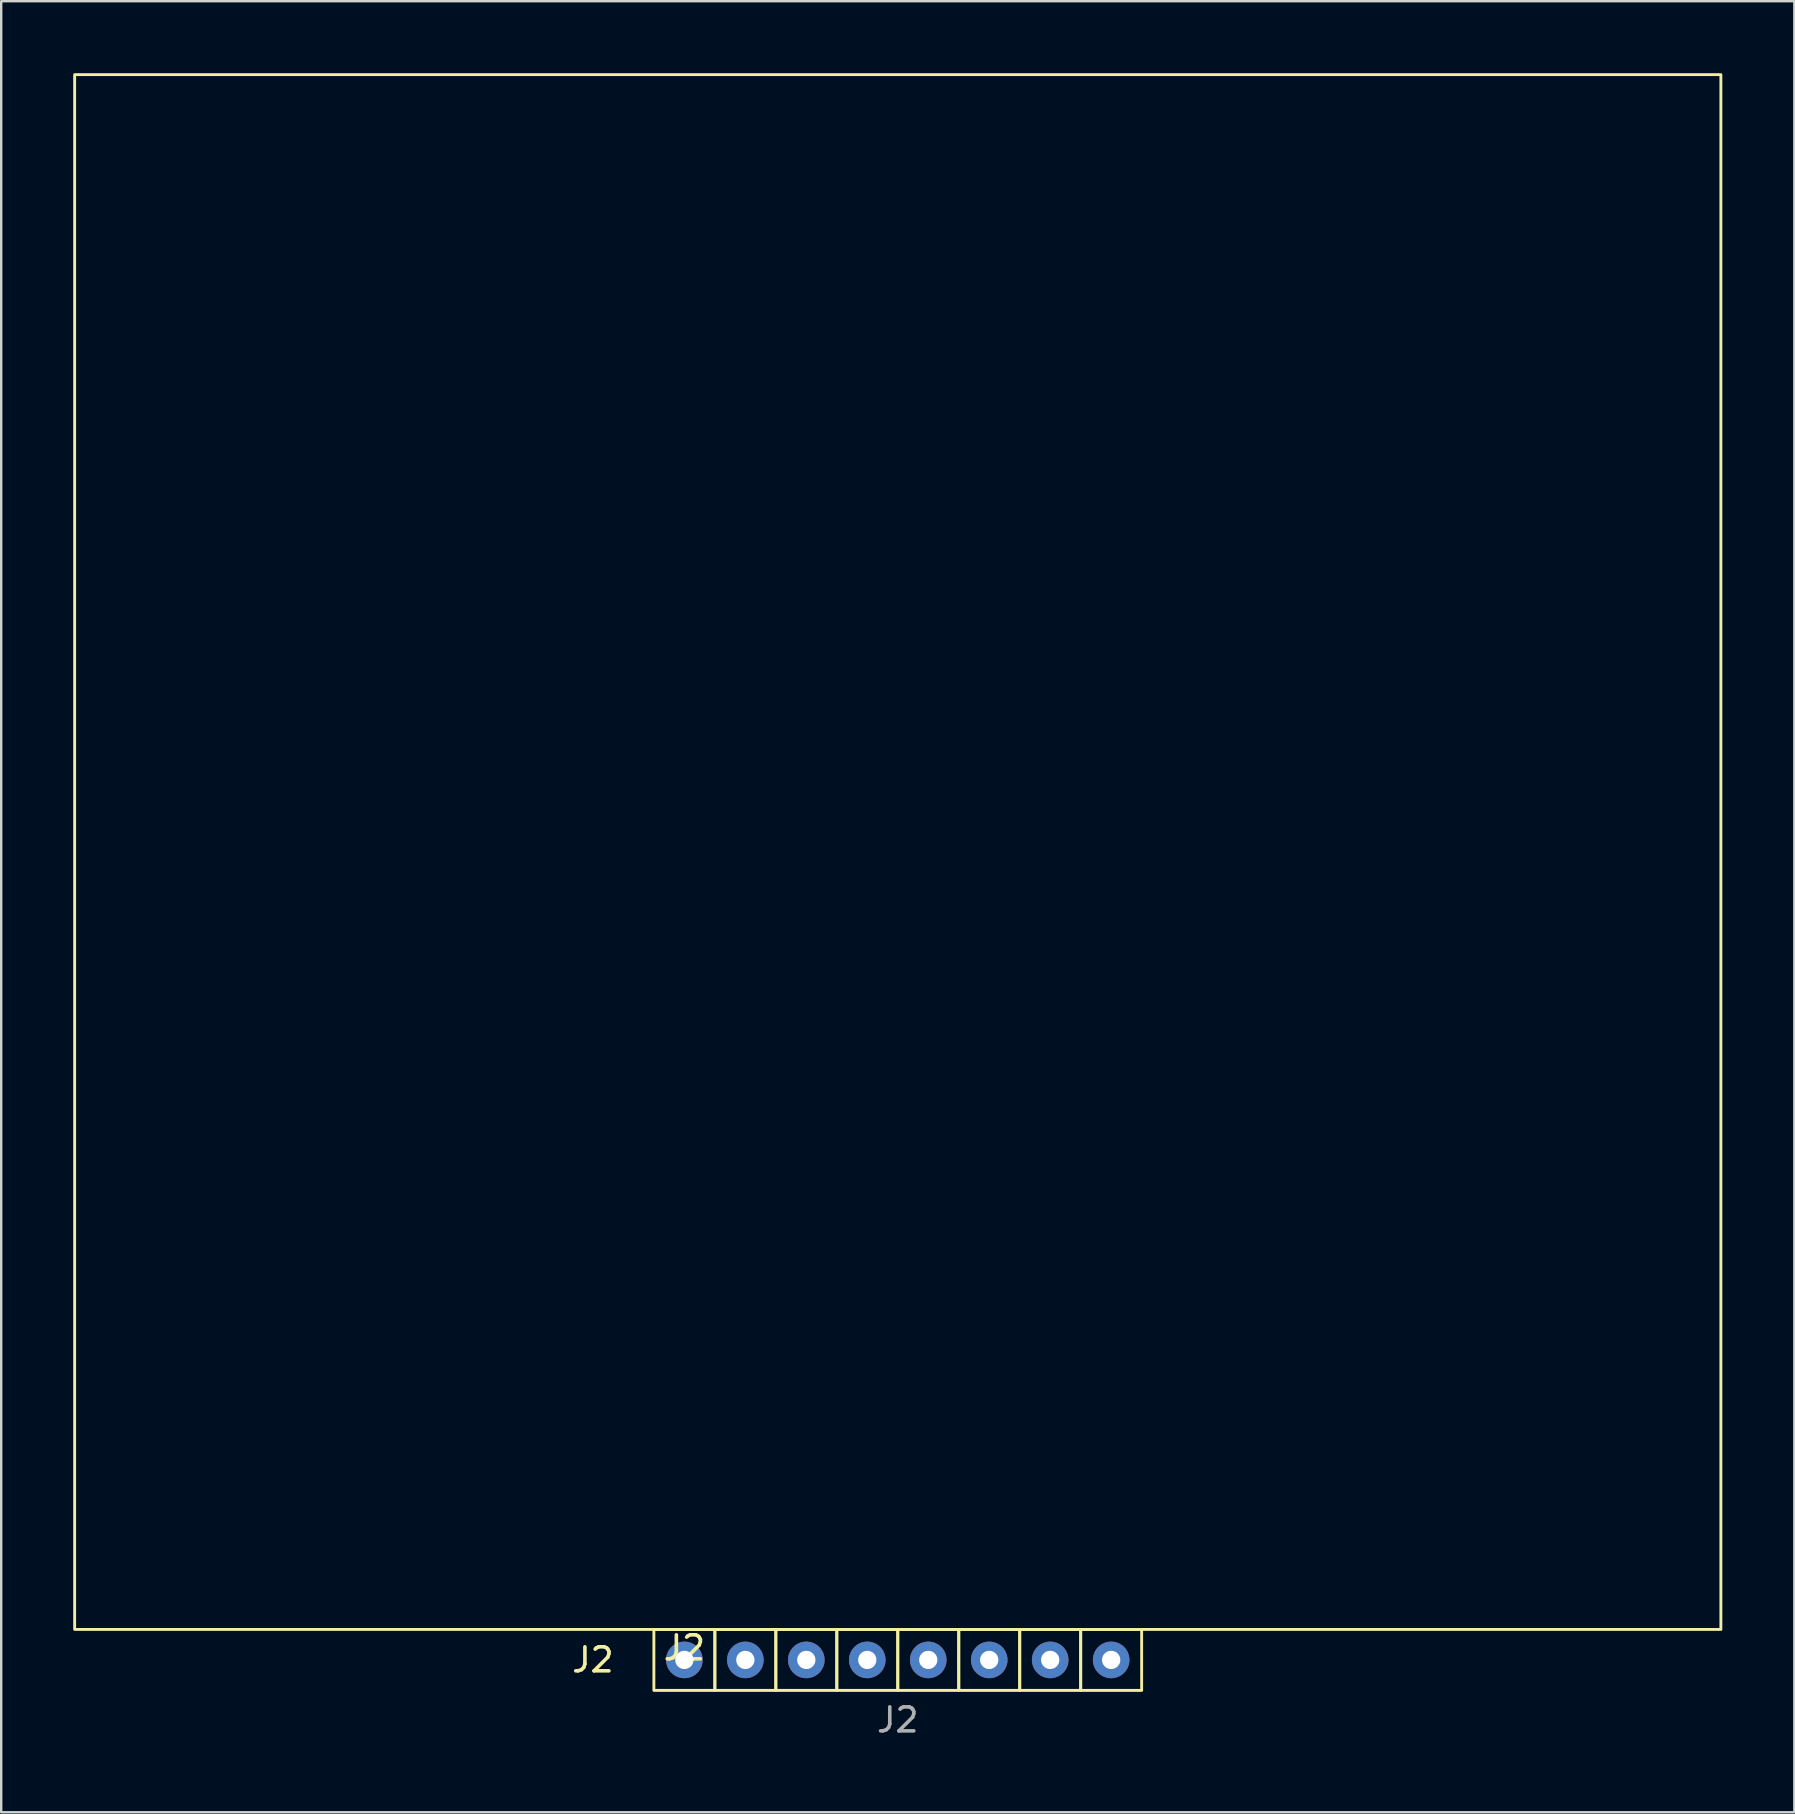
<source format=kicad_pcb>
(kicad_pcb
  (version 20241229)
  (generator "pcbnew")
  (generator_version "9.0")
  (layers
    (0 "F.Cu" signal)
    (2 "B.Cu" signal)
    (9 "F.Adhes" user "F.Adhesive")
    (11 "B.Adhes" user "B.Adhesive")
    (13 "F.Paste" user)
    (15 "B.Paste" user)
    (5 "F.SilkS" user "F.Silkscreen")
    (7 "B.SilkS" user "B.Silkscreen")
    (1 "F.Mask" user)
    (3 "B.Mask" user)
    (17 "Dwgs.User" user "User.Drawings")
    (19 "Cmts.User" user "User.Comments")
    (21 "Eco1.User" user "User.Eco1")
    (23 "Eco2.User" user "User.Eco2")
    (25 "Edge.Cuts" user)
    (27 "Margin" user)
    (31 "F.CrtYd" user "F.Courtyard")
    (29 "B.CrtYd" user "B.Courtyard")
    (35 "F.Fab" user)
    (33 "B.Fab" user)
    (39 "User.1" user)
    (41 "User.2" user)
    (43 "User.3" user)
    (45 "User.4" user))
  (footprint "J2"
    (layer "F.Cu")
    (at 34.35 66.1)
    (property "Reference" "J2" (at -8.89 -0.5 0) (unlocked yes) (layer "F.SilkS") (effects (font (size 1 1) (thickness 0.15))))
    (attr through_hole)
    (fp_rect (start -34.29 -66.04) (end 34.29 -1.27) (stroke (width 0.12) (type solid)) (fill no) (layer "F.SilkS"))
    (fp_rect (start -10.16 -1.27) (end -7.62 1.27) (stroke (width 0.12) (type solid)) (fill no) (layer "F.SilkS"))
    (fp_rect (start -7.62 -1.27) (end -5.08 1.27) (stroke (width 0.12) (type solid)) (fill no) (layer "F.SilkS"))
    (fp_rect (start -5.08 -1.27) (end -2.54 1.27) (stroke (width 0.12) (type solid)) (fill no) (layer "F.SilkS"))
    (fp_rect (start -2.54 -1.27) (end 0 1.27) (stroke (width 0.12) (type solid)) (fill no) (layer "F.SilkS"))
    (fp_rect (start 0 -1.27) (end 2.54 1.27) (stroke (width 0.12) (type solid)) (fill no) (layer "F.SilkS"))
    (fp_rect (start 2.54 -1.27) (end 5.08 1.27) (stroke (width 0.12) (type solid)) (fill no) (layer "F.SilkS"))
    (fp_rect (start 5.08 -1.27) (end 7.62 1.27) (stroke (width 0.12) (type solid)) (fill no) (layer "F.SilkS"))
    (fp_rect (start 7.62 -1.27) (end 10.16 1.27) (stroke (width 0.12) (type solid)) (fill no) (layer "F.SilkS"))
    (fp_text user "J2" (at -12.7 0 0) (unlocked yes) (layer "F.SilkS") (effects (font (size 1 1) (thickness 0.15))))
    (fp_text user "${REFERENCE}" (at 0 2.5 0) (unlocked yes) (layer "F.Fab") (effects (font (size 1 1) (thickness 0.15))))
    (pad "1" thru_hole circle (at -8.89 0) (size 1.524 1.524) (drill 0.762) (layers "*.Cu" "*.Mask"))
    (pad "2" thru_hole circle (at -6.35 0) (size 1.524 1.524) (drill 0.762) (layers "*.Cu" "*.Mask"))
    (pad "3" thru_hole circle (at -3.81 0) (size 1.524 1.524) (drill 0.762) (layers "*.Cu" "*.Mask"))
    (pad "4" thru_hole circle (at -1.27 0) (size 1.524 1.524) (drill 0.762) (layers "*.Cu" "*.Mask"))
    (pad "5" thru_hole circle (at 1.27 0) (size 1.524 1.524) (drill 0.762) (layers "*.Cu" "*.Mask"))
    (pad "6" thru_hole circle (at 3.81 0) (size 1.524 1.524) (drill 0.762) (layers "*.Cu" "*.Mask"))
    (pad "7" thru_hole circle (at 6.35 0) (size 1.524 1.524) (drill 0.762) (layers "*.Cu" "*.Mask"))
    (pad "8" thru_hole circle (at 8.89 0) (size 1.524 1.524) (drill 0.762) (layers "*.Cu" "*.Mask")))
  (gr_rect
    (start -3 -3)
    (end 71.7 72.448)
    (stroke (width 0.1) (type default))
    (fill no)
    (layer "Edge.Cuts")))
</source>
